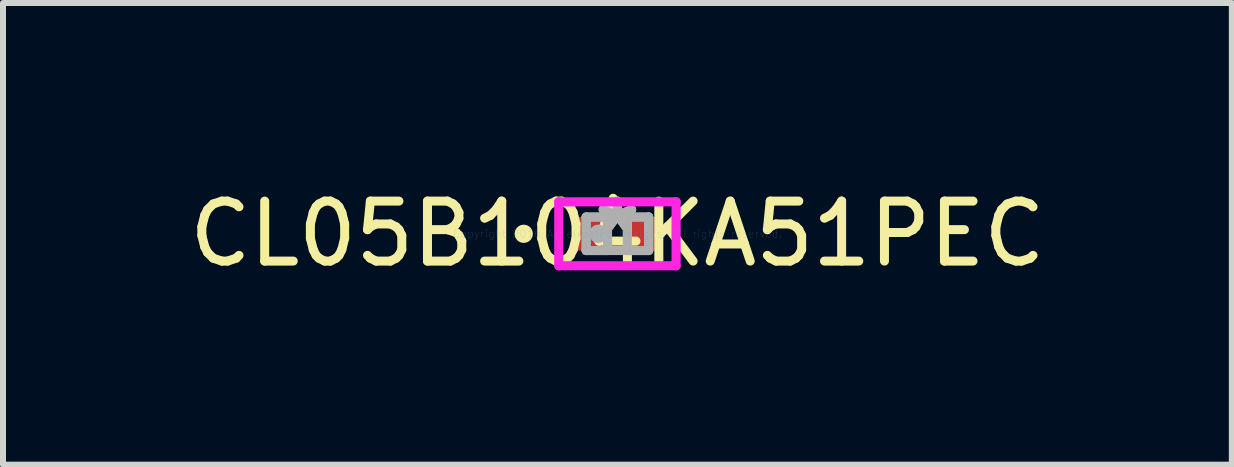
<source format=kicad_pcb>
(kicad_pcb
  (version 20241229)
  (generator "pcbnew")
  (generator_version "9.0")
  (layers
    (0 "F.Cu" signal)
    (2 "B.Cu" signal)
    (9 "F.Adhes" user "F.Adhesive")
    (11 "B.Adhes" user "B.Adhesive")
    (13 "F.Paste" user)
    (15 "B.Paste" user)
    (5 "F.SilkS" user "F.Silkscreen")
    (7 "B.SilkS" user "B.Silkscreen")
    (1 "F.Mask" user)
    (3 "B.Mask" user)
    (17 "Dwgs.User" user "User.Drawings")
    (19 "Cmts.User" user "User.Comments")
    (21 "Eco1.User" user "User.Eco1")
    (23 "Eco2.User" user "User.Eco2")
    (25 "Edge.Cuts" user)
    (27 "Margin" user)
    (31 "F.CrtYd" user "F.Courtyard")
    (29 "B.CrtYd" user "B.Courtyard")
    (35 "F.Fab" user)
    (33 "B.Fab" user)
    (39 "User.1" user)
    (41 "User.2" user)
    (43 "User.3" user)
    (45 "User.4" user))
  (footprint "CL05B104KA51PEC"
    (layer "F.Cu")
    (at 7.244 0.848)
    (property "Reference" "CL05B104KA51PEC" (at 0 0 0) (layer "F.SilkS") (effects (font (size 1 1) (thickness 0.15))))
    (attr through_hole)
    (fp_circle (center -1.562 0) (end -1.486 0) (stroke (width 0.152) (type solid)) (fill no) (layer "F.SilkS"))
    (fp_line (start -0.978 -0.533) (end 0.978 -0.533) (stroke (width 0.152) (type solid)) (layer "F.CrtYd"))
    (fp_line (start -0.978 0.533) (end -0.978 -0.533) (stroke (width 0.152) (type solid)) (layer "F.CrtYd"))
    (fp_line (start 0.978 -0.533) (end 0.978 0.533) (stroke (width 0.152) (type solid)) (layer "F.CrtYd"))
    (fp_line (start 0.978 0.533) (end -0.978 0.533) (stroke (width 0.152) (type solid)) (layer "F.CrtYd"))
    (fp_line (start -0.521 -0.279) (end -0.521 0.279) (stroke (width 0.152) (type solid)) (layer "F.Fab"))
    (fp_line (start -0.521 -0.279) (end -0.521 0.279) (stroke (width 0.152) (type solid)) (layer "F.Fab"))
    (fp_line (start -0.521 0.279) (end -0.165 0.279) (stroke (width 0.152) (type solid)) (layer "F.Fab"))
    (fp_line (start -0.521 0.279) (end 0.521 0.279) (stroke (width 0.152) (type solid)) (layer "F.Fab"))
    (fp_line (start -0.165 -0.279) (end -0.521 -0.279) (stroke (width 0.152) (type solid)) (layer "F.Fab"))
    (fp_line (start -0.165 0.279) (end -0.165 -0.279) (stroke (width 0.152) (type solid)) (layer "F.Fab"))
    (fp_line (start 0.165 -0.279) (end 0.165 0.279) (stroke (width 0.152) (type solid)) (layer "F.Fab"))
    (fp_line (start 0.165 0.279) (end 0.521 0.279) (stroke (width 0.152) (type solid)) (layer "F.Fab"))
    (fp_line (start 0.521 -0.279) (end -0.521 -0.279) (stroke (width 0.152) (type solid)) (layer "F.Fab"))
    (fp_line (start 0.521 -0.279) (end 0.165 -0.279) (stroke (width 0.152) (type solid)) (layer "F.Fab"))
    (fp_line (start 0.521 0.279) (end 0.521 -0.279) (stroke (width 0.152) (type solid)) (layer "F.Fab"))
    (fp_line (start 0.521 0.279) (end 0.521 -0.279) (stroke (width 0.152) (type solid)) (layer "F.Fab"))
    (fp_circle (center -0.318 0) (end -0.241 0) (stroke (width 0.152) (type solid)) (fill no) (layer "F.Fab"))
    (fp_text user "*" (at 0 0 0) (layer "F.SilkS") (effects (font (size 1 1) (thickness 0.15))))
    (fp_text user "Copyright 2016 Accelerated Designs. All rights reserved." (at 0 0 0) (layer "Cmts.User") (effects (font (size 0.127 0.127) (thickness 0.002))))
    (fp_text user "*" (at 0 0 0) (layer "F.Fab") (effects (font (size 1 1) (thickness 0.15))))
    (pad "1" smd rect (at -0.445 0) (size 0.559 0.559) (layers "F.Cu" "F.Mask" "F.Paste"))
    (pad "2" smd rect (at 0.445 0) (size 0.559 0.559) (layers "F.Cu" "F.Mask" "F.Paste")))
  (gr_rect
    (start -3 -3)
    (end 17.488 4.697)
    (stroke (width 0.1) (type default))
    (fill no)
    (layer "Edge.Cuts")))
</source>
